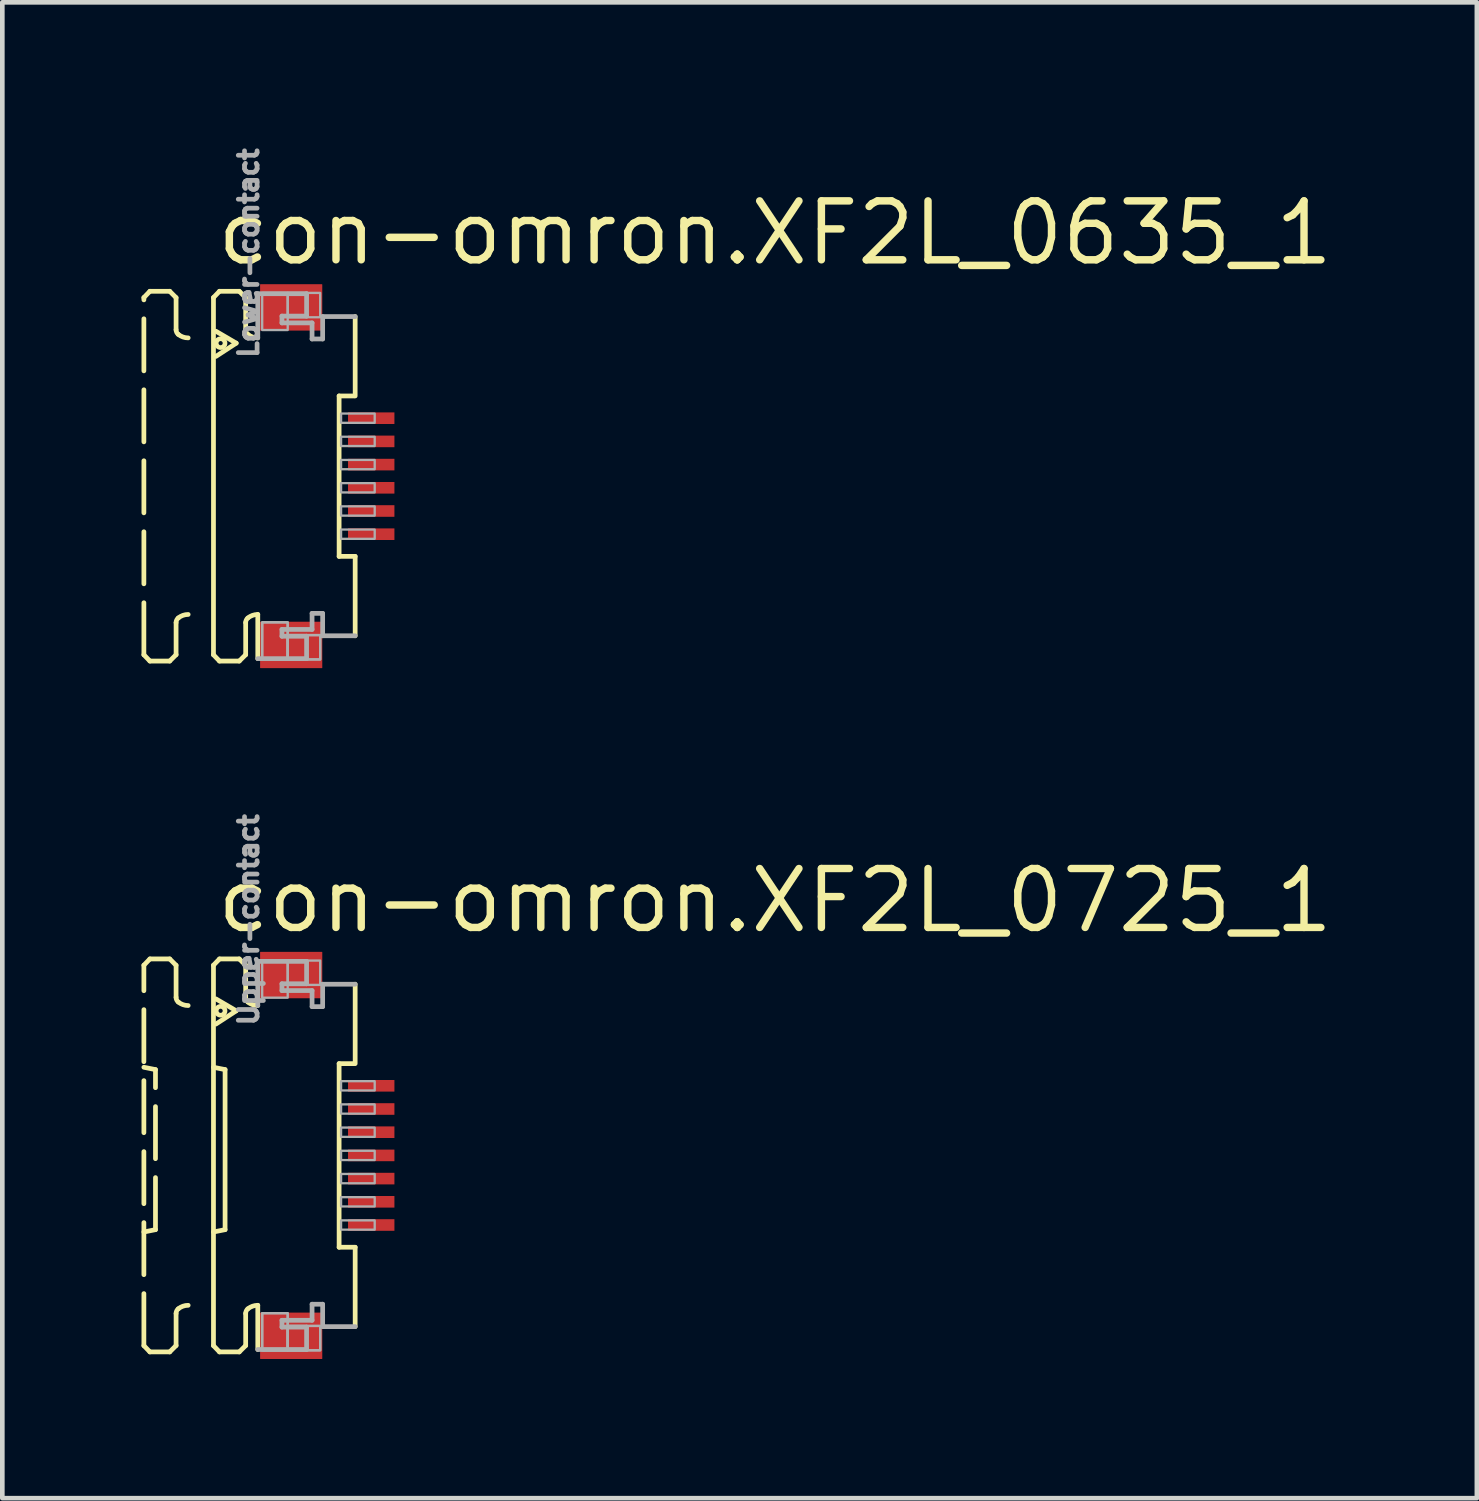
<source format=kicad_pcb>
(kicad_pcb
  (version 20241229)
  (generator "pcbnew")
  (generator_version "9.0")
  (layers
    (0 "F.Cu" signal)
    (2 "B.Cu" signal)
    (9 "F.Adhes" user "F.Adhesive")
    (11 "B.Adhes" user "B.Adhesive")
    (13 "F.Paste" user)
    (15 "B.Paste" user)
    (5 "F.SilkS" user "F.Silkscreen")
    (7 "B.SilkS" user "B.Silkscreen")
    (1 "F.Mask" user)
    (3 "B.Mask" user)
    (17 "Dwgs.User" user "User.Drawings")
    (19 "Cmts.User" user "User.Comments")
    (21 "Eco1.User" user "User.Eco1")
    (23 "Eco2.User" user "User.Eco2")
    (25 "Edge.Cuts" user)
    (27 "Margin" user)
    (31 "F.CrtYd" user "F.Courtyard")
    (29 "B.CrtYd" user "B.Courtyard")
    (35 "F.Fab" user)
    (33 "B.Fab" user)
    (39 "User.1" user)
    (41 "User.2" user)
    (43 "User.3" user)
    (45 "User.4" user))
  (footprint "con-omron.XF2L_0635_1"
    (layer "F.Cu")
    (at 3.046 7.213)
    (property "Reference" "con-omron.XF2L_0635_1" (at -1.5 -4.5 0) (layer "F.SilkS") (effects (font (size 1.27 1.27) (thickness 0.16)) (justify left bottom)))
    (attr smd)
    (fp_rect (start 1.355 -1.075) (end 2.455 -1.425) (stroke (width 0.05) (type default)) (fill yes) (layer "F.Mask"))
    (fp_rect (start 1.355 -0.575) (end 2.455 -0.925) (stroke (width 0.05) (type default)) (fill yes) (layer "F.Mask"))
    (fp_rect (start 1.355 -0.075) (end 2.455 -0.425) (stroke (width 0.05) (type default)) (fill yes) (layer "F.Mask"))
    (fp_rect (start 1.355 0.425) (end 2.455 0.075) (stroke (width 0.05) (type default)) (fill yes) (layer "F.Mask"))
    (fp_rect (start 1.355 0.925) (end 2.455 0.575) (stroke (width 0.05) (type default)) (fill yes) (layer "F.Mask"))
    (fp_rect (start 1.355 1.425) (end 2.455 1.075) (stroke (width 0.05) (type default)) (fill yes) (layer "F.Mask"))
    (fp_line (start -2.995 -3.85) (end -2.865 -3.985) (stroke (width 0.102) (type default)) (layer "F.SilkS"))
    (fp_line (start -2.995 3.85) (end -2.995 -3.85) (stroke (width 0.102) (type dash)) (layer "F.SilkS"))
    (fp_line (start -2.995 3.85) (end -2.865 3.985) (stroke (width 0.102) (type default)) (layer "F.SilkS"))
    (fp_line (start -2.865 -3.985) (end -2.438 -3.985) (stroke (width 0.102) (type dash)) (layer "F.SilkS"))
    (fp_line (start -2.865 3.985) (end -2.438 3.985) (stroke (width 0.102) (type dash)) (layer "F.SilkS"))
    (fp_line (start -2.438 -3.985) (end -2.301 -3.848) (stroke (width 0.102) (type default)) (layer "F.SilkS"))
    (fp_line (start -2.438 3.985) (end -2.301 3.848) (stroke (width 0.102) (type default)) (layer "F.SilkS"))
    (fp_line (start -2.301 -3.848) (end -2.301 -3.156) (stroke (width 0.102) (type dash)) (layer "F.SilkS"))
    (fp_line (start -2.301 3.848) (end -2.301 3.156) (stroke (width 0.102) (type dash)) (layer "F.SilkS"))
    (fp_line (start -1.495 -3.85) (end -1.365 -3.985) (stroke (width 0.102) (type default)) (layer "F.SilkS"))
    (fp_line (start -1.495 3.85) (end -1.495 -3.85) (stroke (width 0.102) (type default)) (layer "F.SilkS"))
    (fp_line (start -1.495 3.85) (end -1.365 3.985) (stroke (width 0.102) (type default)) (layer "F.SilkS"))
    (fp_line (start -1.441 -3.123) (end -1.005 -2.867) (stroke (width 0.102) (type default)) (layer "F.SilkS"))
    (fp_line (start -1.365 -3.985) (end -0.939 -3.985) (stroke (width 0.102) (type default)) (layer "F.SilkS"))
    (fp_line (start -1.365 3.985) (end -0.939 3.985) (stroke (width 0.102) (type default)) (layer "F.SilkS"))
    (fp_line (start -1.005 -2.867) (end -1.441 -2.582) (stroke (width 0.102) (type default)) (layer "F.SilkS"))
    (fp_line (start -0.939 -3.985) (end -0.801 -3.848) (stroke (width 0.102) (type default)) (layer "F.SilkS"))
    (fp_line (start -0.939 3.985) (end -0.801 3.848) (stroke (width 0.102) (type default)) (layer "F.SilkS"))
    (fp_line (start -0.801 -3.848) (end -0.801 -3.156) (stroke (width 0.102) (type default)) (layer "F.SilkS"))
    (fp_line (start -0.801 3.848) (end -0.801 3.156) (stroke (width 0.102) (type default)) (layer "F.SilkS"))
    (fp_line (start -0.54 2.98) (end -0.54 3.933) (stroke (width 0.102) (type default)) (layer "F.SilkS"))
    (fp_line (start 1.213 1.729) (end 1.213 -1.729) (stroke (width 0.102) (type default)) (layer "F.SilkS"))
    (fp_line (start 1.538 -1.729) (end 1.213 -1.729) (stroke (width 0.102) (type default)) (layer "F.SilkS"))
    (fp_line (start 1.559 -3.44) (end 1.559 -1.729) (stroke (width 0.102) (type default)) (layer "F.SilkS"))
    (fp_line (start 1.559 1.729) (end 1.213 1.729) (stroke (width 0.102) (type default)) (layer "F.SilkS"))
    (fp_line (start 1.559 3.44) (end 1.559 1.729) (stroke (width 0.102) (type default)) (layer "F.SilkS"))
    (fp_arc (start -2.301 3.1557) (mid -2.288538 3.100596) (end -2.2536 3.0562) (stroke (width 0.1016) (type default)) (layer "F.SilkS"))
    (fp_arc (start -2.2536 -3.0562) (mid -2.288538 -3.100596) (end -2.301 -3.1557) (stroke (width 0.1016) (type default)) (layer "F.SilkS"))
    (fp_arc (start -2.2536 3.0562) (mid -2.153476 2.999936) (end -2.0403 2.9804) (stroke (width 0.1016) (type default)) (layer "F.SilkS"))
    (fp_arc (start -2.0403 -2.9804) (mid -2.153476 -2.999936) (end -2.2536 -3.0562) (stroke (width 0.1016) (type default)) (layer "F.SilkS"))
    (fp_arc (start -0.801 3.1557) (mid -0.788538 3.100596) (end -0.7536 3.0562) (stroke (width 0.1016) (type default)) (layer "F.SilkS"))
    (fp_arc (start -0.7536 -3.0562) (mid -0.788538 -3.100596) (end -0.801 -3.1557) (stroke (width 0.1016) (type default)) (layer "F.SilkS"))
    (fp_arc (start -0.7536 3.0562) (mid -0.653476 2.999936) (end -0.5403 2.9804) (stroke (width 0.1016) (type default)) (layer "F.SilkS"))
    (fp_arc (start -0.5403 -2.9804) (mid -0.653476 -2.999936) (end -0.7536 -3.0562) (stroke (width 0.1016) (type default)) (layer "F.SilkS"))
    (fp_circle (center -1.341 -2.867) (end -1.246 -2.867) (stroke (width 0.1) (type default)) (fill no) (layer "F.SilkS"))
    (fp_line (start -0.54 -3.933) (end 0.512 -3.933) (stroke (width 0.102) (type default)) (layer "F.Fab"))
    (fp_line (start -0.54 -2.98) (end -0.54 -3.933) (stroke (width 0.102) (type default)) (layer "F.Fab"))
    (fp_line (start -0.54 3.933) (end 0.512 3.933) (stroke (width 0.102) (type default)) (layer "F.Fab"))
    (fp_line (start -0.019 -3.45) (end -0.019 -3.303) (stroke (width 0.102) (type default)) (layer "F.Fab"))
    (fp_line (start -0.019 -3.303) (end 0.63 -3.303) (stroke (width 0.102) (type default)) (layer "F.Fab"))
    (fp_line (start -0.019 3.303) (end 0.63 3.303) (stroke (width 0.102) (type default)) (layer "F.Fab"))
    (fp_line (start -0.019 3.45) (end -0.019 3.303) (stroke (width 0.102) (type default)) (layer "F.Fab"))
    (fp_line (start 0.512 -3.933) (end 0.512 -3.45) (stroke (width 0.102) (type default)) (layer "F.Fab"))
    (fp_line (start 0.512 -3.45) (end -0.019 -3.45) (stroke (width 0.102) (type default)) (layer "F.Fab"))
    (fp_line (start 0.512 3.45) (end -0.019 3.45) (stroke (width 0.102) (type default)) (layer "F.Fab"))
    (fp_line (start 0.512 3.933) (end 0.512 3.45) (stroke (width 0.102) (type default)) (layer "F.Fab"))
    (fp_line (start 0.63 -3.303) (end 0.63 -2.957) (stroke (width 0.102) (type default)) (layer "F.Fab"))
    (fp_line (start 0.63 -2.957) (end 0.858 -2.957) (stroke (width 0.102) (type default)) (layer "F.Fab"))
    (fp_line (start 0.63 2.957) (end 0.858 2.957) (stroke (width 0.102) (type default)) (layer "F.Fab"))
    (fp_line (start 0.63 3.303) (end 0.63 2.957) (stroke (width 0.102) (type default)) (layer "F.Fab"))
    (fp_line (start 0.858 -3.44) (end 1.559 -3.44) (stroke (width 0.102) (type default)) (layer "F.Fab"))
    (fp_line (start 0.858 -2.957) (end 0.858 -3.44) (stroke (width 0.102) (type default)) (layer "F.Fab"))
    (fp_line (start 0.858 2.957) (end 0.858 3.44) (stroke (width 0.102) (type default)) (layer "F.Fab"))
    (fp_line (start 0.858 3.44) (end 1.559 3.44) (stroke (width 0.102) (type default)) (layer "F.Fab"))
    (fp_rect (start -0.445 -3.15) (end 0.105 -3.95) (stroke (width 0.05) (type default)) (fill no) (layer "F.Fab"))
    (fp_rect (start -0.445 3.95) (end 0.105 3.15) (stroke (width 0.05) (type default)) (fill no) (layer "F.Fab"))
    (fp_rect (start -0.445 3.95) (end 0.105 3.15) (stroke (width 0.05) (type default)) (fill no) (layer "F.Fab"))
    (fp_rect (start 0.105 -3.425) (end 0.805 -3.95) (stroke (width 0.05) (type default)) (fill no) (layer "F.Fab"))
    (fp_rect (start 0.105 3.95) (end 0.805 3.425) (stroke (width 0.05) (type default)) (fill no) (layer "F.Fab"))
    (fp_rect (start 0.105 3.95) (end 0.805 3.425) (stroke (width 0.05) (type default)) (fill no) (layer "F.Fab"))
    (fp_rect (start 1.255 -1.15) (end 1.98 -1.35) (stroke (width 0.05) (type default)) (fill no) (layer "F.Fab"))
    (fp_rect (start 1.255 -0.65) (end 1.98 -0.85) (stroke (width 0.05) (type default)) (fill no) (layer "F.Fab"))
    (fp_rect (start 1.255 -0.15) (end 1.98 -0.35) (stroke (width 0.05) (type default)) (fill no) (layer "F.Fab"))
    (fp_rect (start 1.255 0.35) (end 1.98 0.15) (stroke (width 0.05) (type default)) (fill no) (layer "F.Fab"))
    (fp_rect (start 1.255 0.85) (end 1.98 0.65) (stroke (width 0.05) (type default)) (fill no) (layer "F.Fab"))
    (fp_rect (start 1.255 1.35) (end 1.98 1.15) (stroke (width 0.05) (type default)) (fill no) (layer "F.Fab"))
    (fp_text user "Lower-contact" (at -0.5 -2.5 270) (layer "F.Fab") (effects (font (size 0.406 0.406) (thickness 0.15)) (justify left bottom)))
    (pad "1" smd roundrect (at 1.905 -1.25) (size 1 0.25) (layers "F.Cu" "F.Mask" "F.Paste") (roundrect_rratio 0.01))
    (pad "2" smd roundrect (at 1.905 -0.75) (size 1 0.25) (layers "F.Cu" "F.Mask" "F.Paste") (roundrect_rratio 0.01))
    (pad "3" smd roundrect (at 1.905 -0.25) (size 1 0.25) (layers "F.Cu" "F.Mask" "F.Paste") (roundrect_rratio 0.01))
    (pad "4" smd roundrect (at 1.905 0.25) (size 1 0.25) (layers "F.Cu" "F.Mask" "F.Paste") (roundrect_rratio 0.01))
    (pad "5" smd roundrect (at 1.905 0.75) (size 1 0.25) (layers "F.Cu" "F.Mask" "F.Paste") (roundrect_rratio 0.01))
    (pad "6" smd roundrect (at 1.905 1.25) (size 1 0.25) (layers "F.Cu" "F.Mask" "F.Paste") (roundrect_rratio 0.01))
    (pad "M1" smd roundrect (at 0.18 -3.638) (size 1.34 1) (layers "F.Cu" "F.Mask" "F.Paste") (roundrect_rratio 0.01))
    (pad "M2" smd roundrect (at 0.18 3.638) (size 1.34 1) (layers "F.Cu" "F.Mask" "F.Paste") (roundrect_rratio 0.01)))
  (footprint "con-omron.XF2L_0725_1"
    (layer "F.Cu")
    (at 3.046 21.853)
    (property "Reference" "con-omron.XF2L_0725_1" (at -1.5 -4.75 0) (layer "F.SilkS") (effects (font (size 1.27 1.27) (thickness 0.16)) (justify left bottom)))
    (attr smd)
    (fp_rect (start 1.355 -1.325) (end 2.455 -1.675) (stroke (width 0.05) (type default)) (fill yes) (layer "F.Mask"))
    (fp_rect (start 1.355 -0.825) (end 2.455 -1.175) (stroke (width 0.05) (type default)) (fill yes) (layer "F.Mask"))
    (fp_rect (start 1.355 -0.325) (end 2.455 -0.675) (stroke (width 0.05) (type default)) (fill yes) (layer "F.Mask"))
    (fp_rect (start 1.355 0.175) (end 2.455 -0.175) (stroke (width 0.05) (type default)) (fill yes) (layer "F.Mask"))
    (fp_rect (start 1.355 0.675) (end 2.455 0.325) (stroke (width 0.05) (type default)) (fill yes) (layer "F.Mask"))
    (fp_rect (start 1.355 1.175) (end 2.455 0.825) (stroke (width 0.05) (type default)) (fill yes) (layer "F.Mask"))
    (fp_rect (start 1.355 1.675) (end 2.455 1.325) (stroke (width 0.05) (type default)) (fill yes) (layer "F.Mask"))
    (fp_line (start -2.995 -4.1) (end -2.865 -4.235) (stroke (width 0.102) (type default)) (layer "F.SilkS"))
    (fp_line (start -2.995 -1.9) (end -2.745 -1.85) (stroke (width 0.102) (type default)) (layer "F.SilkS"))
    (fp_line (start -2.995 4.1) (end -2.995 -4.1) (stroke (width 0.102) (type dash)) (layer "F.SilkS"))
    (fp_line (start -2.995 4.1) (end -2.865 4.235) (stroke (width 0.102) (type default)) (layer "F.SilkS"))
    (fp_line (start -2.865 -4.235) (end -2.438 -4.235) (stroke (width 0.102) (type dash)) (layer "F.SilkS"))
    (fp_line (start -2.865 4.235) (end -2.438 4.235) (stroke (width 0.102) (type dash)) (layer "F.SilkS"))
    (fp_line (start -2.745 1.6) (end -2.995 1.65) (stroke (width 0.102) (type default)) (layer "F.SilkS"))
    (fp_line (start -2.745 1.6) (end -2.745 -1.85) (stroke (width 0.102) (type dash)) (layer "F.SilkS"))
    (fp_line (start -2.438 -4.235) (end -2.301 -4.098) (stroke (width 0.102) (type default)) (layer "F.SilkS"))
    (fp_line (start -2.438 4.235) (end -2.301 4.098) (stroke (width 0.102) (type default)) (layer "F.SilkS"))
    (fp_line (start -2.301 -4.098) (end -2.301 -3.406) (stroke (width 0.102) (type dash)) (layer "F.SilkS"))
    (fp_line (start -2.301 4.098) (end -2.301 3.406) (stroke (width 0.102) (type dash)) (layer "F.SilkS"))
    (fp_line (start -1.495 -4.1) (end -1.365 -4.235) (stroke (width 0.102) (type default)) (layer "F.SilkS"))
    (fp_line (start -1.495 -1.9) (end -1.245 -1.85) (stroke (width 0.102) (type default)) (layer "F.SilkS"))
    (fp_line (start -1.495 4.1) (end -1.495 -4.1) (stroke (width 0.102) (type default)) (layer "F.SilkS"))
    (fp_line (start -1.495 4.1) (end -1.365 4.235) (stroke (width 0.102) (type default)) (layer "F.SilkS"))
    (fp_line (start -1.441 -3.373) (end -1.005 -3.117) (stroke (width 0.102) (type default)) (layer "F.SilkS"))
    (fp_line (start -1.365 -4.235) (end -0.939 -4.235) (stroke (width 0.102) (type default)) (layer "F.SilkS"))
    (fp_line (start -1.365 4.235) (end -0.939 4.235) (stroke (width 0.102) (type default)) (layer "F.SilkS"))
    (fp_line (start -1.245 1.6) (end -1.495 1.65) (stroke (width 0.102) (type default)) (layer "F.SilkS"))
    (fp_line (start -1.245 1.6) (end -1.245 -1.85) (stroke (width 0.102) (type default)) (layer "F.SilkS"))
    (fp_line (start -1.005 -3.117) (end -1.441 -2.832) (stroke (width 0.102) (type default)) (layer "F.SilkS"))
    (fp_line (start -0.939 -4.235) (end -0.801 -4.098) (stroke (width 0.102) (type default)) (layer "F.SilkS"))
    (fp_line (start -0.939 4.235) (end -0.801 4.098) (stroke (width 0.102) (type default)) (layer "F.SilkS"))
    (fp_line (start -0.801 -4.098) (end -0.801 -3.406) (stroke (width 0.102) (type default)) (layer "F.SilkS"))
    (fp_line (start -0.801 4.098) (end -0.801 3.406) (stroke (width 0.102) (type default)) (layer "F.SilkS"))
    (fp_line (start -0.54 3.23) (end -0.54 4.183) (stroke (width 0.102) (type default)) (layer "F.SilkS"))
    (fp_line (start 1.213 1.979) (end 1.213 -1.979) (stroke (width 0.102) (type default)) (layer "F.SilkS"))
    (fp_line (start 1.538 -1.979) (end 1.213 -1.979) (stroke (width 0.102) (type default)) (layer "F.SilkS"))
    (fp_line (start 1.559 -3.69) (end 1.559 -1.979) (stroke (width 0.102) (type default)) (layer "F.SilkS"))
    (fp_line (start 1.559 1.979) (end 1.213 1.979) (stroke (width 0.102) (type default)) (layer "F.SilkS"))
    (fp_line (start 1.559 3.69) (end 1.559 1.979) (stroke (width 0.102) (type default)) (layer "F.SilkS"))
    (fp_arc (start -2.301 3.4057) (mid -2.288538 3.350596) (end -2.2536 3.3062) (stroke (width 0.1016) (type default)) (layer "F.SilkS"))
    (fp_arc (start -2.2536 -3.3062) (mid -2.288538 -3.350596) (end -2.301 -3.4057) (stroke (width 0.1016) (type default)) (layer "F.SilkS"))
    (fp_arc (start -2.2536 3.3062) (mid -2.153476 3.249936) (end -2.0403 3.2304) (stroke (width 0.1016) (type default)) (layer "F.SilkS"))
    (fp_arc (start -2.0403 -3.2304) (mid -2.153476 -3.249936) (end -2.2536 -3.3062) (stroke (width 0.1016) (type default)) (layer "F.SilkS"))
    (fp_arc (start -0.801 3.4057) (mid -0.788538 3.350596) (end -0.7536 3.3062) (stroke (width 0.1016) (type default)) (layer "F.SilkS"))
    (fp_arc (start -0.7536 -3.3062) (mid -0.788538 -3.350596) (end -0.801 -3.4057) (stroke (width 0.1016) (type default)) (layer "F.SilkS"))
    (fp_arc (start -0.7536 3.3062) (mid -0.653476 3.249936) (end -0.5403 3.2304) (stroke (width 0.1016) (type default)) (layer "F.SilkS"))
    (fp_arc (start -0.5403 -3.2304) (mid -0.653476 -3.249936) (end -0.7536 -3.3062) (stroke (width 0.1016) (type default)) (layer "F.SilkS"))
    (fp_circle (center -1.341 -3.117) (end -1.246 -3.117) (stroke (width 0.1) (type default)) (fill no) (layer "F.SilkS"))
    (fp_line (start -0.54 -4.183) (end 0.512 -4.183) (stroke (width 0.102) (type default)) (layer "F.Fab"))
    (fp_line (start -0.54 -3.23) (end -0.54 -4.183) (stroke (width 0.102) (type default)) (layer "F.Fab"))
    (fp_line (start -0.54 4.183) (end 0.512 4.183) (stroke (width 0.102) (type default)) (layer "F.Fab"))
    (fp_line (start -0.019 -3.7) (end -0.019 -3.553) (stroke (width 0.102) (type default)) (layer "F.Fab"))
    (fp_line (start -0.019 -3.553) (end 0.63 -3.553) (stroke (width 0.102) (type default)) (layer "F.Fab"))
    (fp_line (start -0.019 3.553) (end 0.63 3.553) (stroke (width 0.102) (type default)) (layer "F.Fab"))
    (fp_line (start -0.019 3.7) (end -0.019 3.553) (stroke (width 0.102) (type default)) (layer "F.Fab"))
    (fp_line (start 0.512 -4.183) (end 0.512 -3.7) (stroke (width 0.102) (type default)) (layer "F.Fab"))
    (fp_line (start 0.512 -3.7) (end -0.019 -3.7) (stroke (width 0.102) (type default)) (layer "F.Fab"))
    (fp_line (start 0.512 3.7) (end -0.019 3.7) (stroke (width 0.102) (type default)) (layer "F.Fab"))
    (fp_line (start 0.512 4.183) (end 0.512 3.7) (stroke (width 0.102) (type default)) (layer "F.Fab"))
    (fp_line (start 0.63 -3.553) (end 0.63 -3.207) (stroke (width 0.102) (type default)) (layer "F.Fab"))
    (fp_line (start 0.63 -3.207) (end 0.858 -3.207) (stroke (width 0.102) (type default)) (layer "F.Fab"))
    (fp_line (start 0.63 3.207) (end 0.858 3.207) (stroke (width 0.102) (type default)) (layer "F.Fab"))
    (fp_line (start 0.63 3.553) (end 0.63 3.207) (stroke (width 0.102) (type default)) (layer "F.Fab"))
    (fp_line (start 0.858 -3.69) (end 1.559 -3.69) (stroke (width 0.102) (type default)) (layer "F.Fab"))
    (fp_line (start 0.858 -3.207) (end 0.858 -3.69) (stroke (width 0.102) (type default)) (layer "F.Fab"))
    (fp_line (start 0.858 3.207) (end 0.858 3.69) (stroke (width 0.102) (type default)) (layer "F.Fab"))
    (fp_line (start 0.858 3.69) (end 1.559 3.69) (stroke (width 0.102) (type default)) (layer "F.Fab"))
    (fp_rect (start -0.445 -3.4) (end 0.105 -4.2) (stroke (width 0.05) (type default)) (fill no) (layer "F.Fab"))
    (fp_rect (start -0.445 4.2) (end 0.105 3.4) (stroke (width 0.05) (type default)) (fill no) (layer "F.Fab"))
    (fp_rect (start -0.445 4.2) (end 0.105 3.4) (stroke (width 0.05) (type default)) (fill no) (layer "F.Fab"))
    (fp_rect (start 0.105 -3.675) (end 0.805 -4.2) (stroke (width 0.05) (type default)) (fill no) (layer "F.Fab"))
    (fp_rect (start 0.105 4.2) (end 0.805 3.675) (stroke (width 0.05) (type default)) (fill no) (layer "F.Fab"))
    (fp_rect (start 0.105 4.2) (end 0.805 3.675) (stroke (width 0.05) (type default)) (fill no) (layer "F.Fab"))
    (fp_rect (start 1.255 -1.4) (end 1.98 -1.6) (stroke (width 0.05) (type default)) (fill no) (layer "F.Fab"))
    (fp_rect (start 1.255 -0.9) (end 1.98 -1.1) (stroke (width 0.05) (type default)) (fill no) (layer "F.Fab"))
    (fp_rect (start 1.255 -0.4) (end 1.98 -0.6) (stroke (width 0.05) (type default)) (fill no) (layer "F.Fab"))
    (fp_rect (start 1.255 0.1) (end 1.98 -0.1) (stroke (width 0.05) (type default)) (fill no) (layer "F.Fab"))
    (fp_rect (start 1.255 0.6) (end 1.98 0.4) (stroke (width 0.05) (type default)) (fill no) (layer "F.Fab"))
    (fp_rect (start 1.255 1.1) (end 1.98 0.9) (stroke (width 0.05) (type default)) (fill no) (layer "F.Fab"))
    (fp_rect (start 1.255 1.6) (end 1.98 1.4) (stroke (width 0.05) (type default)) (fill no) (layer "F.Fab"))
    (fp_text user "Upper-contact" (at -0.5 -2.75 270) (layer "F.Fab") (effects (font (size 0.406 0.406) (thickness 0.15)) (justify left bottom)))
    (pad "1" smd roundrect (at 1.905 -1.5) (size 1 0.25) (layers "F.Cu" "F.Mask" "F.Paste") (roundrect_rratio 0.01))
    (pad "2" smd roundrect (at 1.905 -1) (size 1 0.25) (layers "F.Cu" "F.Mask" "F.Paste") (roundrect_rratio 0.01))
    (pad "3" smd roundrect (at 1.905 -0.5) (size 1 0.25) (layers "F.Cu" "F.Mask" "F.Paste") (roundrect_rratio 0.01))
    (pad "4" smd roundrect (at 1.905 0) (size 1 0.25) (layers "F.Cu" "F.Mask" "F.Paste") (roundrect_rratio 0.01))
    (pad "5" smd roundrect (at 1.905 0.5) (size 1 0.25) (layers "F.Cu" "F.Mask" "F.Paste") (roundrect_rratio 0.01))
    (pad "6" smd roundrect (at 1.905 1) (size 1 0.25) (layers "F.Cu" "F.Mask" "F.Paste") (roundrect_rratio 0.01))
    (pad "7" smd roundrect (at 1.905 1.5) (size 1 0.25) (layers "F.Cu" "F.Mask" "F.Paste") (roundrect_rratio 0.01))
    (pad "M1" smd roundrect (at 0.18 -3.888) (size 1.34 1) (layers "F.Cu" "F.Mask" "F.Paste") (roundrect_rratio 0.01))
    (pad "M2" smd roundrect (at 0.18 3.888) (size 1.34 1) (layers "F.Cu" "F.Mask" "F.Paste") (roundrect_rratio 0.01)))
  (gr_rect
    (start -3 -3)
    (end 28.781 29.24)
    (stroke (width 0.1) (type default))
    (fill no)
    (layer "Edge.Cuts")))
</source>
